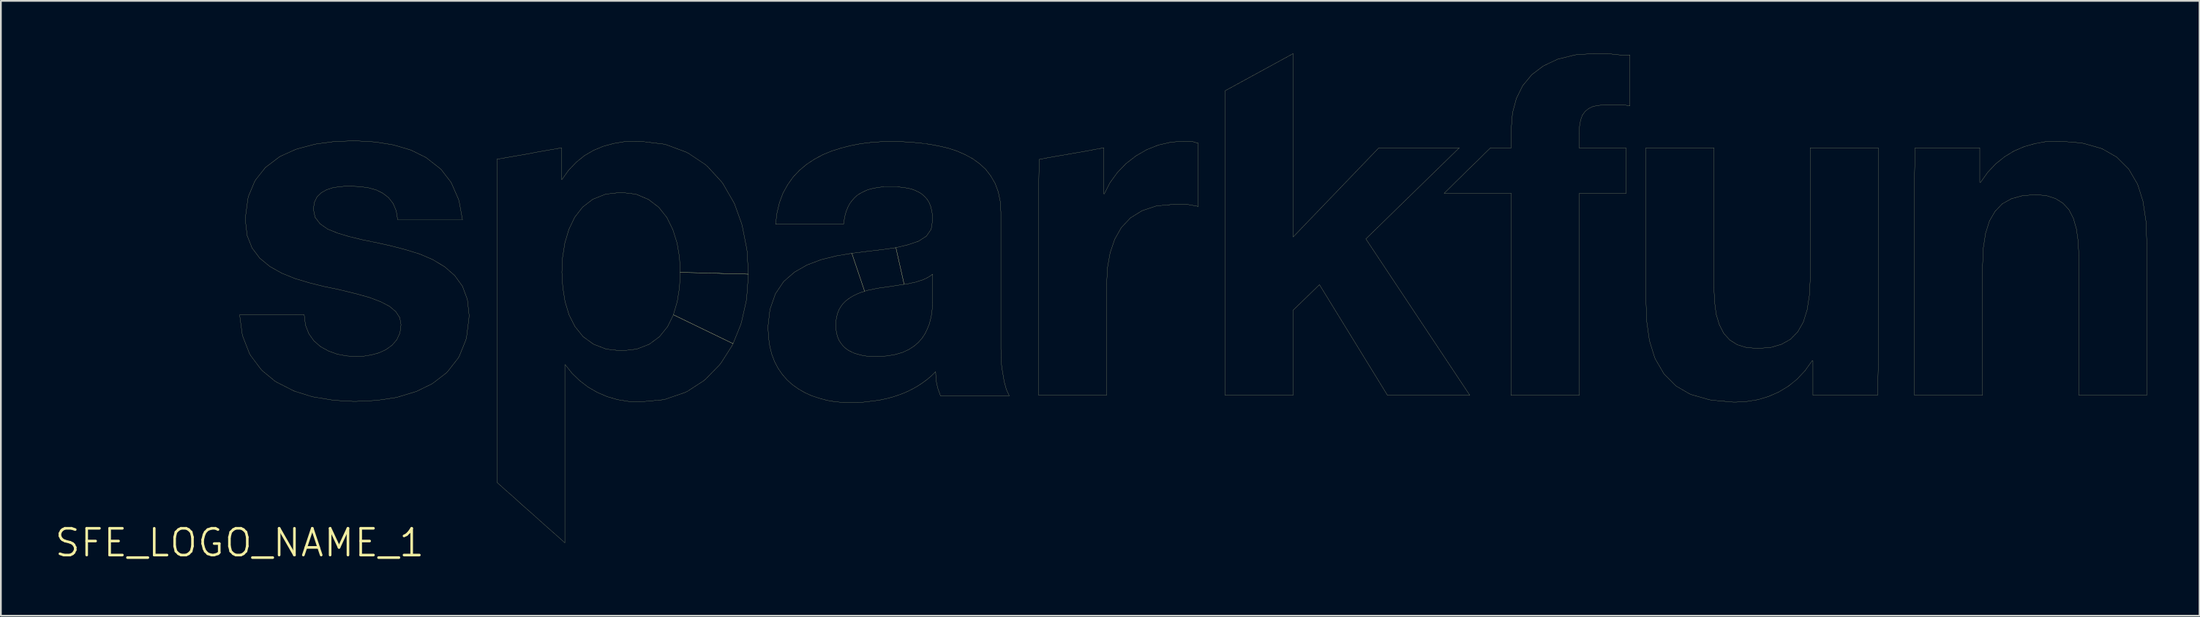
<source format=kicad_pcb>
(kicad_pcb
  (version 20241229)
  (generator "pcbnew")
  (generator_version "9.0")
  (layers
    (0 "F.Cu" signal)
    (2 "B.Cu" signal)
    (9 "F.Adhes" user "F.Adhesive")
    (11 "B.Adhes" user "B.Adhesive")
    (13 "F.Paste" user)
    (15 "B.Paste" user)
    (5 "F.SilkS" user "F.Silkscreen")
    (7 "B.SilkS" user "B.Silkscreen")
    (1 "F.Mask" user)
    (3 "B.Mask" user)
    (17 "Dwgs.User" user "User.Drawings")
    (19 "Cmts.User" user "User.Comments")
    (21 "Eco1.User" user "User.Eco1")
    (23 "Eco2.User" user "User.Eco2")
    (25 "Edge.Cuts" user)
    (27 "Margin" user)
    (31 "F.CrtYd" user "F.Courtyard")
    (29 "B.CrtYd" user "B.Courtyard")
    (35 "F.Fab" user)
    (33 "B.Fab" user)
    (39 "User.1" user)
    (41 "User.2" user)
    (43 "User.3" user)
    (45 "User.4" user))
  (footprint "SFE_LOGO_NAME_1"
    (layer "F.Cu")
    (at 10.595 27.883)
    (property "Reference" "SFE_LOGO_NAME_1" (at 0 0 0) (layer "F.SilkS") (effects (font (size 1.524 1.524) (thickness 0.15))))
    (attr exclude_from_pos_files exclude_from_bom)
    (fp_line (start 0 -12.99) (end 3.218 -12.99) (stroke (width 0.008) (type solid)) (layer "F.SilkS"))
    (fp_line (start 0.15 -11.869) (end 0 -12.99) (stroke (width 0.008) (type solid)) (layer "F.SilkS"))
    (fp_line (start 0.188 -11.74) (end 0.15 -11.869) (stroke (width 0.008) (type solid)) (layer "F.SilkS"))
    (fp_line (start 0.328 -18.539) (end 0.47 -19.599) (stroke (width 0.008) (type solid)) (layer "F.SilkS"))
    (fp_line (start 0.328 -18.369) (end 0.328 -18.539) (stroke (width 0.008) (type solid)) (layer "F.SilkS"))
    (fp_line (start 0.429 -17.508) (end 0.328 -18.369) (stroke (width 0.008) (type solid)) (layer "F.SilkS"))
    (fp_line (start 0.47 -19.599) (end 0.498 -19.738) (stroke (width 0.008) (type solid)) (layer "F.SilkS"))
    (fp_line (start 0.498 -19.738) (end 0.859 -20.599) (stroke (width 0.008) (type solid)) (layer "F.SilkS"))
    (fp_line (start 0.559 -10.79) (end 0.188 -11.74) (stroke (width 0.008) (type solid)) (layer "F.SilkS"))
    (fp_line (start 0.63 -10.668) (end 0.559 -10.79) (stroke (width 0.008) (type solid)) (layer "F.SilkS"))
    (fp_line (start 0.709 -16.8) (end 0.429 -17.508) (stroke (width 0.008) (type solid)) (layer "F.SilkS"))
    (fp_line (start 0.859 -20.599) (end 0.93 -20.709) (stroke (width 0.008) (type solid)) (layer "F.SilkS"))
    (fp_line (start 0.93 -20.709) (end 1.468 -21.389) (stroke (width 0.008) (type solid)) (layer "F.SilkS"))
    (fp_line (start 1.148 -16.218) (end 0.709 -16.8) (stroke (width 0.008) (type solid)) (layer "F.SilkS"))
    (fp_line (start 1.199 -9.909) (end 0.63 -10.668) (stroke (width 0.008) (type solid)) (layer "F.SilkS"))
    (fp_line (start 1.288 -9.809) (end 1.199 -9.909) (stroke (width 0.008) (type solid)) (layer "F.SilkS"))
    (fp_line (start 1.468 -21.389) (end 2.258 -21.989) (stroke (width 0.008) (type solid)) (layer "F.SilkS"))
    (fp_line (start 1.72 -15.748) (end 1.148 -16.218) (stroke (width 0.008) (type solid)) (layer "F.SilkS"))
    (fp_line (start 2.019 -9.207) (end 1.288 -9.809) (stroke (width 0.008) (type solid)) (layer "F.SilkS"))
    (fp_line (start 2.139 -9.139) (end 2.019 -9.207) (stroke (width 0.008) (type solid)) (layer "F.SilkS"))
    (fp_line (start 2.258 -21.989) (end 2.37 -22.05) (stroke (width 0.008) (type solid)) (layer "F.SilkS"))
    (fp_line (start 2.37 -22.05) (end 3.188 -22.418) (stroke (width 0.008) (type solid)) (layer "F.SilkS"))
    (fp_line (start 2.388 -15.37) (end 1.72 -15.748) (stroke (width 0.008) (type solid)) (layer "F.SilkS"))
    (fp_line (start 3 -8.7) (end 2.139 -9.139) (stroke (width 0.008) (type solid)) (layer "F.SilkS"))
    (fp_line (start 3.129 -8.639) (end 3 -8.7) (stroke (width 0.008) (type solid)) (layer "F.SilkS"))
    (fp_line (start 3.15 -15.06) (end 2.388 -15.37) (stroke (width 0.008) (type solid)) (layer "F.SilkS"))
    (fp_line (start 3.188 -22.418) (end 3.32 -22.459) (stroke (width 0.008) (type solid)) (layer "F.SilkS"))
    (fp_line (start 3.218 -12.99) (end 3.678 -12.99) (stroke (width 0.008) (type solid)) (layer "F.SilkS"))
    (fp_line (start 3.32 -22.459) (end 4.229 -22.7) (stroke (width 0.008) (type solid)) (layer "F.SilkS"))
    (fp_line (start 3.678 -12.99) (end 3.749 -12.408) (stroke (width 0.008) (type solid)) (layer "F.SilkS"))
    (fp_line (start 3.749 -12.408) (end 3.94 -11.918) (stroke (width 0.008) (type solid)) (layer "F.SilkS"))
    (fp_line (start 3.94 -11.918) (end 4.229 -11.509) (stroke (width 0.008) (type solid)) (layer "F.SilkS"))
    (fp_line (start 3.96 -14.818) (end 3.15 -15.06) (stroke (width 0.008) (type solid)) (layer "F.SilkS"))
    (fp_line (start 4.089 -8.339) (end 3.129 -8.639) (stroke (width 0.008) (type solid)) (layer "F.SilkS"))
    (fp_line (start 4.199 -19.02) (end 4.298 -18.55) (stroke (width 0.008) (type solid)) (layer "F.SilkS"))
    (fp_line (start 4.229 -22.7) (end 4.359 -22.728) (stroke (width 0.008) (type solid)) (layer "F.SilkS"))
    (fp_line (start 4.229 -11.509) (end 4.608 -11.179) (stroke (width 0.008) (type solid)) (layer "F.SilkS"))
    (fp_line (start 4.229 -8.308) (end 4.089 -8.339) (stroke (width 0.008) (type solid)) (layer "F.SilkS"))
    (fp_line (start 4.26 -19.408) (end 4.199 -19.02) (stroke (width 0.008) (type solid)) (layer "F.SilkS"))
    (fp_line (start 4.298 -18.55) (end 4.58 -18.179) (stroke (width 0.008) (type solid)) (layer "F.SilkS"))
    (fp_line (start 4.359 -22.728) (end 5.329 -22.86) (stroke (width 0.008) (type solid)) (layer "F.SilkS"))
    (fp_line (start 4.409 -19.718) (end 4.26 -19.408) (stroke (width 0.008) (type solid)) (layer "F.SilkS"))
    (fp_line (start 4.58 -18.179) (end 5.009 -17.879) (stroke (width 0.008) (type solid)) (layer "F.SilkS"))
    (fp_line (start 4.608 -11.179) (end 5.06 -10.93) (stroke (width 0.008) (type solid)) (layer "F.SilkS"))
    (fp_line (start 4.648 -19.949) (end 4.409 -19.718) (stroke (width 0.008) (type solid)) (layer "F.SilkS"))
    (fp_line (start 4.798 -14.608) (end 3.96 -14.818) (stroke (width 0.008) (type solid)) (layer "F.SilkS"))
    (fp_line (start 4.948 -20.119) (end 4.648 -19.949) (stroke (width 0.008) (type solid)) (layer "F.SilkS"))
    (fp_line (start 5.009 -17.879) (end 5.578 -17.648) (stroke (width 0.008) (type solid)) (layer "F.SilkS"))
    (fp_line (start 5.06 -10.93) (end 5.558 -10.749) (stroke (width 0.008) (type solid)) (layer "F.SilkS"))
    (fp_line (start 5.258 -8.138) (end 4.229 -8.308) (stroke (width 0.008) (type solid)) (layer "F.SilkS"))
    (fp_line (start 5.288 -20.229) (end 4.948 -20.119) (stroke (width 0.008) (type solid)) (layer "F.SilkS"))
    (fp_line (start 5.329 -22.86) (end 5.469 -22.868) (stroke (width 0.008) (type solid)) (layer "F.SilkS"))
    (fp_line (start 5.408 -8.118) (end 5.258 -8.138) (stroke (width 0.008) (type solid)) (layer "F.SilkS"))
    (fp_line (start 5.469 -22.868) (end 6.459 -22.908) (stroke (width 0.008) (type solid)) (layer "F.SilkS"))
    (fp_line (start 5.558 -10.749) (end 6.099 -10.648) (stroke (width 0.008) (type solid)) (layer "F.SilkS"))
    (fp_line (start 5.578 -17.648) (end 6.238 -17.45) (stroke (width 0.008) (type solid)) (layer "F.SilkS"))
    (fp_line (start 5.649 -20.29) (end 5.288 -20.229) (stroke (width 0.008) (type solid)) (layer "F.SilkS"))
    (fp_line (start 5.659 -14.43) (end 4.798 -14.608) (stroke (width 0.008) (type solid)) (layer "F.SilkS"))
    (fp_line (start 5.779 -14.399) (end 5.659 -14.43) (stroke (width 0.008) (type solid)) (layer "F.SilkS"))
    (fp_line (start 6.01 -20.32) (end 5.649 -20.29) (stroke (width 0.008) (type solid)) (layer "F.SilkS"))
    (fp_line (start 6.099 -10.648) (end 6.66 -10.62) (stroke (width 0.008) (type solid)) (layer "F.SilkS"))
    (fp_line (start 6.238 -17.45) (end 6.988 -17.269) (stroke (width 0.008) (type solid)) (layer "F.SilkS"))
    (fp_line (start 6.358 -20.32) (end 6.01 -20.32) (stroke (width 0.008) (type solid)) (layer "F.SilkS"))
    (fp_line (start 6.459 -22.908) (end 6.609 -22.908) (stroke (width 0.008) (type solid)) (layer "F.SilkS"))
    (fp_line (start 6.469 -8.059) (end 5.408 -8.118) (stroke (width 0.008) (type solid)) (layer "F.SilkS"))
    (fp_line (start 6.609 -22.908) (end 7.6 -22.85) (stroke (width 0.008) (type solid)) (layer "F.SilkS"))
    (fp_line (start 6.629 -8.059) (end 6.469 -8.059) (stroke (width 0.008) (type solid)) (layer "F.SilkS"))
    (fp_line (start 6.65 -14.188) (end 5.779 -14.399) (stroke (width 0.008) (type solid)) (layer "F.SilkS"))
    (fp_line (start 6.66 -10.62) (end 7.079 -10.638) (stroke (width 0.008) (type solid)) (layer "F.SilkS"))
    (fp_line (start 6.858 -20.3) (end 6.358 -20.32) (stroke (width 0.008) (type solid)) (layer "F.SilkS"))
    (fp_line (start 6.988 -17.269) (end 7.777 -17.109) (stroke (width 0.008) (type solid)) (layer "F.SilkS"))
    (fp_line (start 7.079 -10.638) (end 7.508 -10.709) (stroke (width 0.008) (type solid)) (layer "F.SilkS"))
    (fp_line (start 7.338 -20.229) (end 6.858 -20.3) (stroke (width 0.008) (type solid)) (layer "F.SilkS"))
    (fp_line (start 7.399 -13.978) (end 6.65 -14.188) (stroke (width 0.008) (type solid)) (layer "F.SilkS"))
    (fp_line (start 7.508 -10.709) (end 7.938 -10.828) (stroke (width 0.008) (type solid)) (layer "F.SilkS"))
    (fp_line (start 7.6 -22.85) (end 7.739 -22.84) (stroke (width 0.008) (type solid)) (layer "F.SilkS"))
    (fp_line (start 7.668 -8.108) (end 6.629 -8.059) (stroke (width 0.008) (type solid)) (layer "F.SilkS"))
    (fp_line (start 7.739 -22.84) (end 8.679 -22.69) (stroke (width 0.008) (type solid)) (layer "F.SilkS"))
    (fp_line (start 7.777 -20.109) (end 7.338 -20.229) (stroke (width 0.008) (type solid)) (layer "F.SilkS"))
    (fp_line (start 7.777 -17.109) (end 8.588 -16.929) (stroke (width 0.008) (type solid)) (layer "F.SilkS"))
    (fp_line (start 7.818 -8.118) (end 7.668 -8.108) (stroke (width 0.008) (type solid)) (layer "F.SilkS"))
    (fp_line (start 7.938 -10.828) (end 8.329 -11.008) (stroke (width 0.008) (type solid)) (layer "F.SilkS"))
    (fp_line (start 8.029 -13.739) (end 7.399 -13.978) (stroke (width 0.008) (type solid)) (layer "F.SilkS"))
    (fp_line (start 8.158 -19.919) (end 7.777 -20.109) (stroke (width 0.008) (type solid)) (layer "F.SilkS"))
    (fp_line (start 8.329 -11.008) (end 8.679 -11.26) (stroke (width 0.008) (type solid)) (layer "F.SilkS"))
    (fp_line (start 8.479 -19.67) (end 8.158 -19.919) (stroke (width 0.008) (type solid)) (layer "F.SilkS"))
    (fp_line (start 8.529 -13.48) (end 8.029 -13.739) (stroke (width 0.008) (type solid)) (layer "F.SilkS"))
    (fp_line (start 8.588 -16.929) (end 9.439 -16.708) (stroke (width 0.008) (type solid)) (layer "F.SilkS"))
    (fp_line (start 8.679 -22.69) (end 8.809 -22.659) (stroke (width 0.008) (type solid)) (layer "F.SilkS"))
    (fp_line (start 8.679 -11.26) (end 8.948 -11.57) (stroke (width 0.008) (type solid)) (layer "F.SilkS"))
    (fp_line (start 8.738 -19.34) (end 8.479 -19.67) (stroke (width 0.008) (type solid)) (layer "F.SilkS"))
    (fp_line (start 8.809 -22.659) (end 9.698 -22.398) (stroke (width 0.008) (type solid)) (layer "F.SilkS"))
    (fp_line (start 8.839 -8.268) (end 7.818 -8.118) (stroke (width 0.008) (type solid)) (layer "F.SilkS"))
    (fp_line (start 8.89 -13.178) (end 8.529 -13.48) (stroke (width 0.008) (type solid)) (layer "F.SilkS"))
    (fp_line (start 8.918 -18.918) (end 8.738 -19.34) (stroke (width 0.008) (type solid)) (layer "F.SilkS"))
    (fp_line (start 8.948 -11.57) (end 9.129 -11.958) (stroke (width 0.008) (type solid)) (layer "F.SilkS"))
    (fp_line (start 8.979 -8.298) (end 8.839 -8.268) (stroke (width 0.008) (type solid)) (layer "F.SilkS"))
    (fp_line (start 8.999 -18.41) (end 8.918 -18.918) (stroke (width 0.008) (type solid)) (layer "F.SilkS"))
    (fp_line (start 9.119 -12.83) (end 8.89 -13.178) (stroke (width 0.008) (type solid)) (layer "F.SilkS"))
    (fp_line (start 9.129 -11.958) (end 9.19 -12.428) (stroke (width 0.008) (type solid)) (layer "F.SilkS"))
    (fp_line (start 9.19 -12.428) (end 9.119 -12.83) (stroke (width 0.008) (type solid)) (layer "F.SilkS"))
    (fp_line (start 9.439 -16.708) (end 10.249 -16.459) (stroke (width 0.008) (type solid)) (layer "F.SilkS"))
    (fp_line (start 9.698 -22.398) (end 9.82 -22.349) (stroke (width 0.008) (type solid)) (layer "F.SilkS"))
    (fp_line (start 9.82 -22.349) (end 10.61 -21.958) (stroke (width 0.008) (type solid)) (layer "F.SilkS"))
    (fp_line (start 9.939 -8.588) (end 8.979 -8.298) (stroke (width 0.008) (type solid)) (layer "F.SilkS"))
    (fp_line (start 10.069 -8.628) (end 9.939 -8.588) (stroke (width 0.008) (type solid)) (layer "F.SilkS"))
    (fp_line (start 10.249 -16.459) (end 10.998 -16.139) (stroke (width 0.008) (type solid)) (layer "F.SilkS"))
    (fp_line (start 10.61 -21.958) (end 11.389 -21.349) (stroke (width 0.008) (type solid)) (layer "F.SilkS"))
    (fp_line (start 10.93 -9.047) (end 10.069 -8.628) (stroke (width 0.008) (type solid)) (layer "F.SilkS"))
    (fp_line (start 10.998 -16.139) (end 11.679 -15.728) (stroke (width 0.008) (type solid)) (layer "F.SilkS"))
    (fp_line (start 11.039 -9.119) (end 10.93 -9.047) (stroke (width 0.008) (type solid)) (layer "F.SilkS"))
    (fp_line (start 11.389 -21.349) (end 11.478 -21.27) (stroke (width 0.008) (type solid)) (layer "F.SilkS"))
    (fp_line (start 11.478 -21.27) (end 12.019 -20.569) (stroke (width 0.008) (type solid)) (layer "F.SilkS"))
    (fp_line (start 11.679 -15.728) (end 12.248 -15.23) (stroke (width 0.008) (type solid)) (layer "F.SilkS"))
    (fp_line (start 11.778 -9.688) (end 11.039 -9.119) (stroke (width 0.008) (type solid)) (layer "F.SilkS"))
    (fp_line (start 11.869 -9.789) (end 11.778 -9.688) (stroke (width 0.008) (type solid)) (layer "F.SilkS"))
    (fp_line (start 12.019 -20.569) (end 12.078 -20.46) (stroke (width 0.008) (type solid)) (layer "F.SilkS"))
    (fp_line (start 12.078 -20.46) (end 12.459 -19.588) (stroke (width 0.008) (type solid)) (layer "F.SilkS"))
    (fp_line (start 12.248 -15.23) (end 12.69 -14.618) (stroke (width 0.008) (type solid)) (layer "F.SilkS"))
    (fp_line (start 12.438 -10.518) (end 11.869 -9.789) (stroke (width 0.008) (type solid)) (layer "F.SilkS"))
    (fp_line (start 12.459 -19.588) (end 12.499 -19.459) (stroke (width 0.008) (type solid)) (layer "F.SilkS"))
    (fp_line (start 12.499 -19.459) (end 12.69 -18.41) (stroke (width 0.008) (type solid)) (layer "F.SilkS"))
    (fp_line (start 12.509 -10.638) (end 12.438 -10.518) (stroke (width 0.008) (type solid)) (layer "F.SilkS"))
    (fp_line (start 12.69 -18.41) (end 8.999 -18.41) (stroke (width 0.008) (type solid)) (layer "F.SilkS"))
    (fp_line (start 12.69 -14.618) (end 12.969 -13.868) (stroke (width 0.008) (type solid)) (layer "F.SilkS"))
    (fp_line (start 12.878 -11.549) (end 12.509 -10.638) (stroke (width 0.008) (type solid)) (layer "F.SilkS"))
    (fp_line (start 12.918 -11.689) (end 12.878 -11.549) (stroke (width 0.008) (type solid)) (layer "F.SilkS"))
    (fp_line (start 12.969 -13.868) (end 13.068 -12.969) (stroke (width 0.008) (type solid)) (layer "F.SilkS"))
    (fp_line (start 13.058 -12.799) (end 12.918 -11.689) (stroke (width 0.008) (type solid)) (layer "F.SilkS"))
    (fp_line (start 13.068 -12.969) (end 13.058 -12.799) (stroke (width 0.008) (type solid)) (layer "F.SilkS"))
    (fp_line (start 14.648 -21.859) (end 15.108 -21.938) (stroke (width 0.008) (type solid)) (layer "F.SilkS"))
    (fp_line (start 14.648 -3.449) (end 14.648 -21.859) (stroke (width 0.008) (type solid)) (layer "F.SilkS"))
    (fp_line (start 15.108 -21.938) (end 15.568 -22.019) (stroke (width 0.008) (type solid)) (layer "F.SilkS"))
    (fp_line (start 15.128 -3.018) (end 14.648 -3.449) (stroke (width 0.008) (type solid)) (layer "F.SilkS"))
    (fp_line (start 15.568 -22.019) (end 16.03 -22.098) (stroke (width 0.008) (type solid)) (layer "F.SilkS"))
    (fp_line (start 15.618 -2.588) (end 15.128 -3.018) (stroke (width 0.008) (type solid)) (layer "F.SilkS"))
    (fp_line (start 16.03 -22.098) (end 16.49 -22.179) (stroke (width 0.008) (type solid)) (layer "F.SilkS"))
    (fp_line (start 16.099 -2.149) (end 15.618 -2.588) (stroke (width 0.008) (type solid)) (layer "F.SilkS"))
    (fp_line (start 16.49 -22.179) (end 16.949 -22.268) (stroke (width 0.008) (type solid)) (layer "F.SilkS"))
    (fp_line (start 16.589 -1.72) (end 16.099 -2.149) (stroke (width 0.008) (type solid)) (layer "F.SilkS"))
    (fp_line (start 16.949 -22.268) (end 17.409 -22.349) (stroke (width 0.008) (type solid)) (layer "F.SilkS"))
    (fp_line (start 17.069 -1.288) (end 16.589 -1.72) (stroke (width 0.008) (type solid)) (layer "F.SilkS"))
    (fp_line (start 17.409 -22.349) (end 17.869 -22.428) (stroke (width 0.008) (type solid)) (layer "F.SilkS"))
    (fp_line (start 17.549 -0.859) (end 17.069 -1.288) (stroke (width 0.008) (type solid)) (layer "F.SilkS"))
    (fp_line (start 17.869 -22.428) (end 18.329 -22.509) (stroke (width 0.008) (type solid)) (layer "F.SilkS"))
    (fp_line (start 18.039 -0.429) (end 17.549 -0.859) (stroke (width 0.008) (type solid)) (layer "F.SilkS"))
    (fp_line (start 18.329 -22.509) (end 18.329 -20.709) (stroke (width 0.008) (type solid)) (layer "F.SilkS"))
    (fp_line (start 18.329 -20.709) (end 18.359 -20.709) (stroke (width 0.008) (type solid)) (layer "F.SilkS"))
    (fp_line (start 18.349 -15.418) (end 18.4 -14.569) (stroke (width 0.008) (type solid)) (layer "F.SilkS"))
    (fp_line (start 18.359 -20.709) (end 18.738 -21.239) (stroke (width 0.008) (type solid)) (layer "F.SilkS"))
    (fp_line (start 18.39 -16.269) (end 18.349 -15.418) (stroke (width 0.008) (type solid)) (layer "F.SilkS"))
    (fp_line (start 18.4 -14.569) (end 18.529 -13.749) (stroke (width 0.008) (type solid)) (layer "F.SilkS"))
    (fp_line (start 18.519 -17.089) (end 18.39 -16.269) (stroke (width 0.008) (type solid)) (layer "F.SilkS"))
    (fp_line (start 18.519 -10.15) (end 18.519 0) (stroke (width 0.008) (type solid)) (layer "F.SilkS"))
    (fp_line (start 18.519 0) (end 18.039 -0.429) (stroke (width 0.008) (type solid)) (layer "F.SilkS"))
    (fp_line (start 18.529 -13.749) (end 18.758 -12.99) (stroke (width 0.008) (type solid)) (layer "F.SilkS"))
    (fp_line (start 18.539 -10.15) (end 18.519 -10.15) (stroke (width 0.008) (type solid)) (layer "F.SilkS"))
    (fp_line (start 18.738 -21.239) (end 19.169 -21.689) (stroke (width 0.008) (type solid)) (layer "F.SilkS"))
    (fp_line (start 18.748 -17.859) (end 18.519 -17.089) (stroke (width 0.008) (type solid)) (layer "F.SilkS"))
    (fp_line (start 18.758 -12.99) (end 19.098 -12.319) (stroke (width 0.008) (type solid)) (layer "F.SilkS"))
    (fp_line (start 18.928 -9.66) (end 18.539 -10.15) (stroke (width 0.008) (type solid)) (layer "F.SilkS"))
    (fp_line (start 19.078 -18.55) (end 18.748 -17.859) (stroke (width 0.008) (type solid)) (layer "F.SilkS"))
    (fp_line (start 19.098 -12.319) (end 19.558 -11.748) (stroke (width 0.008) (type solid)) (layer "F.SilkS"))
    (fp_line (start 19.169 -21.689) (end 19.639 -22.068) (stroke (width 0.008) (type solid)) (layer "F.SilkS"))
    (fp_line (start 19.367 -9.238) (end 18.928 -9.66) (stroke (width 0.008) (type solid)) (layer "F.SilkS"))
    (fp_line (start 19.528 -19.129) (end 19.078 -18.55) (stroke (width 0.008) (type solid)) (layer "F.SilkS"))
    (fp_line (start 19.558 -11.748) (end 20.15 -11.318) (stroke (width 0.008) (type solid)) (layer "F.SilkS"))
    (fp_line (start 19.639 -22.068) (end 20.16 -22.37) (stroke (width 0.008) (type solid)) (layer "F.SilkS"))
    (fp_line (start 19.848 -8.87) (end 19.367 -9.238) (stroke (width 0.008) (type solid)) (layer "F.SilkS"))
    (fp_line (start 20.109 -19.578) (end 19.528 -19.129) (stroke (width 0.008) (type solid)) (layer "F.SilkS"))
    (fp_line (start 20.15 -11.318) (end 20.869 -11.039) (stroke (width 0.008) (type solid)) (layer "F.SilkS"))
    (fp_line (start 20.16 -22.37) (end 20.709 -22.598) (stroke (width 0.008) (type solid)) (layer "F.SilkS"))
    (fp_line (start 20.368 -8.57) (end 19.848 -8.87) (stroke (width 0.008) (type solid)) (layer "F.SilkS"))
    (fp_line (start 20.709 -22.598) (end 21.298 -22.758) (stroke (width 0.008) (type solid)) (layer "F.SilkS"))
    (fp_line (start 20.838 -19.868) (end 20.109 -19.578) (stroke (width 0.008) (type solid)) (layer "F.SilkS"))
    (fp_line (start 20.869 -11.039) (end 21.74 -10.94) (stroke (width 0.008) (type solid)) (layer "F.SilkS"))
    (fp_line (start 20.93 -8.329) (end 20.368 -8.57) (stroke (width 0.008) (type solid)) (layer "F.SilkS"))
    (fp_line (start 21.298 -22.758) (end 21.907 -22.86) (stroke (width 0.008) (type solid)) (layer "F.SilkS"))
    (fp_line (start 21.519 -8.158) (end 20.93 -8.329) (stroke (width 0.008) (type solid)) (layer "F.SilkS"))
    (fp_line (start 21.709 -19.969) (end 20.838 -19.868) (stroke (width 0.008) (type solid)) (layer "F.SilkS"))
    (fp_line (start 21.74 -10.94) (end 22.609 -11.039) (stroke (width 0.008) (type solid)) (layer "F.SilkS"))
    (fp_line (start 21.907 -22.86) (end 22.558 -22.888) (stroke (width 0.008) (type solid)) (layer "F.SilkS"))
    (fp_line (start 22.139 -8.059) (end 21.519 -8.158) (stroke (width 0.008) (type solid)) (layer "F.SilkS"))
    (fp_line (start 22.558 -22.888) (end 22.758 -22.888) (stroke (width 0.008) (type solid)) (layer "F.SilkS"))
    (fp_line (start 22.568 -19.868) (end 21.709 -19.969) (stroke (width 0.008) (type solid)) (layer "F.SilkS"))
    (fp_line (start 22.609 -11.039) (end 23.33 -11.318) (stroke (width 0.008) (type solid)) (layer "F.SilkS"))
    (fp_line (start 22.758 -22.888) (end 24.1 -22.728) (stroke (width 0.008) (type solid)) (layer "F.SilkS"))
    (fp_line (start 22.769 -8.029) (end 22.139 -8.059) (stroke (width 0.008) (type solid)) (layer "F.SilkS"))
    (fp_line (start 23.279 -19.568) (end 22.568 -19.868) (stroke (width 0.008) (type solid)) (layer "F.SilkS"))
    (fp_line (start 23.33 -11.318) (end 23.909 -11.748) (stroke (width 0.008) (type solid)) (layer "F.SilkS"))
    (fp_line (start 23.868 -19.119) (end 23.279 -19.568) (stroke (width 0.008) (type solid)) (layer "F.SilkS"))
    (fp_line (start 23.909 -11.748) (end 24.369 -12.319) (stroke (width 0.008) (type solid)) (layer "F.SilkS"))
    (fp_line (start 24.059 -8.148) (end 22.769 -8.029) (stroke (width 0.008) (type solid)) (layer "F.SilkS"))
    (fp_line (start 24.1 -22.728) (end 24.28 -22.69) (stroke (width 0.008) (type solid)) (layer "F.SilkS"))
    (fp_line (start 24.229 -8.179) (end 24.059 -8.148) (stroke (width 0.008) (type solid)) (layer "F.SilkS"))
    (fp_line (start 24.28 -22.69) (end 25.418 -22.268) (stroke (width 0.008) (type solid)) (layer "F.SilkS"))
    (fp_line (start 24.328 -18.539) (end 23.868 -19.119) (stroke (width 0.008) (type solid)) (layer "F.SilkS"))
    (fp_line (start 24.369 -12.319) (end 24.699 -12.99) (stroke (width 0.008) (type solid)) (layer "F.SilkS"))
    (fp_line (start 24.668 -17.849) (end 24.328 -18.539) (stroke (width 0.008) (type solid)) (layer "F.SilkS"))
    (fp_line (start 24.699 -13) (end 24.92 -13.749) (stroke (width 0.008) (type solid)) (layer "F.SilkS"))
    (fp_line (start 24.699 -12.99) (end 28.097 -11.349) (stroke (width 0.008) (type solid)) (layer "F.SilkS"))
    (fp_line (start 24.91 -17.079) (end 24.668 -17.849) (stroke (width 0.008) (type solid)) (layer "F.SilkS"))
    (fp_line (start 24.92 -13.749) (end 25.049 -14.569) (stroke (width 0.008) (type solid)) (layer "F.SilkS"))
    (fp_line (start 25.049 -16.259) (end 24.91 -17.079) (stroke (width 0.008) (type solid)) (layer "F.SilkS"))
    (fp_line (start 25.049 -14.569) (end 25.088 -15.418) (stroke (width 0.008) (type solid)) (layer "F.SilkS"))
    (fp_line (start 25.088 -15.418) (end 28.959 -15.309) (stroke (width 0.008) (type solid)) (layer "F.SilkS"))
    (fp_line (start 25.088 -15.408) (end 25.049 -16.259) (stroke (width 0.008) (type solid)) (layer "F.SilkS"))
    (fp_line (start 25.339 -8.56) (end 24.229 -8.179) (stroke (width 0.008) (type solid)) (layer "F.SilkS"))
    (fp_line (start 25.418 -22.268) (end 25.568 -22.189) (stroke (width 0.008) (type solid)) (layer "F.SilkS"))
    (fp_line (start 25.489 -8.628) (end 25.339 -8.56) (stroke (width 0.008) (type solid)) (layer "F.SilkS"))
    (fp_line (start 25.568 -22.189) (end 26.528 -21.549) (stroke (width 0.008) (type solid)) (layer "F.SilkS"))
    (fp_line (start 26.429 -9.238) (end 25.489 -8.628) (stroke (width 0.008) (type solid)) (layer "F.SilkS"))
    (fp_line (start 26.528 -21.549) (end 26.65 -21.438) (stroke (width 0.008) (type solid)) (layer "F.SilkS"))
    (fp_line (start 26.548 -9.34) (end 26.429 -9.238) (stroke (width 0.008) (type solid)) (layer "F.SilkS"))
    (fp_line (start 26.65 -21.438) (end 27.419 -20.599) (stroke (width 0.008) (type solid)) (layer "F.SilkS"))
    (fp_line (start 27.318 -10.13) (end 26.548 -9.34) (stroke (width 0.008) (type solid)) (layer "F.SilkS"))
    (fp_line (start 27.419 -20.599) (end 27.518 -20.47) (stroke (width 0.008) (type solid)) (layer "F.SilkS"))
    (fp_line (start 27.419 -10.259) (end 27.318 -10.13) (stroke (width 0.008) (type solid)) (layer "F.SilkS"))
    (fp_line (start 27.518 -20.47) (end 28.097 -19.469) (stroke (width 0.008) (type solid)) (layer "F.SilkS"))
    (fp_line (start 28.019 -11.199) (end 27.419 -10.259) (stroke (width 0.008) (type solid)) (layer "F.SilkS"))
    (fp_line (start 28.097 -19.469) (end 28.179 -19.319) (stroke (width 0.008) (type solid)) (layer "F.SilkS"))
    (fp_line (start 28.097 -11.349) (end 24.699 -13) (stroke (width 0.008) (type solid)) (layer "F.SilkS"))
    (fp_line (start 28.097 -11.349) (end 28.019 -11.199) (stroke (width 0.008) (type solid)) (layer "F.SilkS"))
    (fp_line (start 28.179 -19.319) (end 28.588 -18.179) (stroke (width 0.008) (type solid)) (layer "F.SilkS"))
    (fp_line (start 28.529 -12.418) (end 28.097 -11.349) (stroke (width 0.008) (type solid)) (layer "F.SilkS"))
    (fp_line (start 28.578 -12.578) (end 28.529 -12.418) (stroke (width 0.008) (type solid)) (layer "F.SilkS"))
    (fp_line (start 28.588 -18.179) (end 28.628 -18.019) (stroke (width 0.008) (type solid)) (layer "F.SilkS"))
    (fp_line (start 28.628 -18.019) (end 28.87 -16.789) (stroke (width 0.008) (type solid)) (layer "F.SilkS"))
    (fp_line (start 28.839 -13.739) (end 28.578 -12.578) (stroke (width 0.008) (type solid)) (layer "F.SilkS"))
    (fp_line (start 28.87 -16.789) (end 28.898 -16.599) (stroke (width 0.008) (type solid)) (layer "F.SilkS"))
    (fp_line (start 28.87 -13.909) (end 28.839 -13.739) (stroke (width 0.008) (type solid)) (layer "F.SilkS"))
    (fp_line (start 28.898 -16.599) (end 28.969 -15.309) (stroke (width 0.008) (type solid)) (layer "F.SilkS"))
    (fp_line (start 28.959 -15.309) (end 28.959 -15.128) (stroke (width 0.008) (type solid)) (layer "F.SilkS"))
    (fp_line (start 28.959 -15.128) (end 28.87 -13.909) (stroke (width 0.008) (type solid)) (layer "F.SilkS"))
    (fp_line (start 28.969 -15.309) (end 25.088 -15.408) (stroke (width 0.008) (type solid)) (layer "F.SilkS"))
    (fp_line (start 30.089 -12.36) (end 30.198 -13.299) (stroke (width 0.008) (type solid)) (layer "F.SilkS"))
    (fp_line (start 30.089 -12.21) (end 30.089 -12.36) (stroke (width 0.008) (type solid)) (layer "F.SilkS"))
    (fp_line (start 30.119 -11.689) (end 30.089 -12.21) (stroke (width 0.008) (type solid)) (layer "F.SilkS"))
    (fp_line (start 30.188 -11.199) (end 30.119 -11.689) (stroke (width 0.008) (type solid)) (layer "F.SilkS"))
    (fp_line (start 30.198 -13.299) (end 30.508 -14.188) (stroke (width 0.008) (type solid)) (layer "F.SilkS"))
    (fp_line (start 30.3 -10.749) (end 30.188 -11.199) (stroke (width 0.008) (type solid)) (layer "F.SilkS"))
    (fp_line (start 30.46 -10.328) (end 30.3 -10.749) (stroke (width 0.008) (type solid)) (layer "F.SilkS"))
    (fp_line (start 30.508 -14.188) (end 30.978 -14.889) (stroke (width 0.008) (type solid)) (layer "F.SilkS"))
    (fp_line (start 30.518 -18.158) (end 30.599 -18.799) (stroke (width 0.008) (type solid)) (layer "F.SilkS"))
    (fp_line (start 30.599 -18.799) (end 30.739 -19.388) (stroke (width 0.008) (type solid)) (layer "F.SilkS"))
    (fp_line (start 30.658 -9.949) (end 30.46 -10.328) (stroke (width 0.008) (type solid)) (layer "F.SilkS"))
    (fp_line (start 30.739 -19.388) (end 30.94 -19.929) (stroke (width 0.008) (type solid)) (layer "F.SilkS"))
    (fp_line (start 30.899 -9.599) (end 30.658 -9.949) (stroke (width 0.008) (type solid)) (layer "F.SilkS"))
    (fp_line (start 30.94 -19.929) (end 31.209 -20.409) (stroke (width 0.008) (type solid)) (layer "F.SilkS"))
    (fp_line (start 30.978 -14.889) (end 31.598 -15.428) (stroke (width 0.008) (type solid)) (layer "F.SilkS"))
    (fp_line (start 31.168 -9.289) (end 30.899 -9.599) (stroke (width 0.008) (type solid)) (layer "F.SilkS"))
    (fp_line (start 31.209 -20.409) (end 31.519 -20.848) (stroke (width 0.008) (type solid)) (layer "F.SilkS"))
    (fp_line (start 31.478 -9.009) (end 31.168 -9.289) (stroke (width 0.008) (type solid)) (layer "F.SilkS"))
    (fp_line (start 31.519 -20.848) (end 31.88 -21.229) (stroke (width 0.008) (type solid)) (layer "F.SilkS"))
    (fp_line (start 31.598 -15.428) (end 32.319 -15.839) (stroke (width 0.008) (type solid)) (layer "F.SilkS"))
    (fp_line (start 31.819 -8.768) (end 31.478 -9.009) (stroke (width 0.008) (type solid)) (layer "F.SilkS"))
    (fp_line (start 31.88 -21.229) (end 32.288 -21.57) (stroke (width 0.008) (type solid)) (layer "F.SilkS"))
    (fp_line (start 32.179 -8.56) (end 31.819 -8.768) (stroke (width 0.008) (type solid)) (layer "F.SilkS"))
    (fp_line (start 32.288 -21.57) (end 32.728 -21.859) (stroke (width 0.008) (type solid)) (layer "F.SilkS"))
    (fp_line (start 32.319 -15.839) (end 33.119 -16.139) (stroke (width 0.008) (type solid)) (layer "F.SilkS"))
    (fp_line (start 32.578 -8.379) (end 32.179 -8.56) (stroke (width 0.008) (type solid)) (layer "F.SilkS"))
    (fp_line (start 32.728 -21.859) (end 33.208 -22.118) (stroke (width 0.008) (type solid)) (layer "F.SilkS"))
    (fp_line (start 33 -8.24) (end 32.578 -8.379) (stroke (width 0.008) (type solid)) (layer "F.SilkS"))
    (fp_line (start 33.119 -16.139) (end 33.978 -16.35) (stroke (width 0.008) (type solid)) (layer "F.SilkS"))
    (fp_line (start 33.208 -22.118) (end 33.718 -22.329) (stroke (width 0.008) (type solid)) (layer "F.SilkS"))
    (fp_line (start 33.439 -8.118) (end 33 -8.24) (stroke (width 0.008) (type solid)) (layer "F.SilkS"))
    (fp_line (start 33.718 -22.329) (end 34.26 -22.499) (stroke (width 0.008) (type solid)) (layer "F.SilkS"))
    (fp_line (start 33.909 -8.039) (end 33.439 -8.118) (stroke (width 0.008) (type solid)) (layer "F.SilkS"))
    (fp_line (start 33.95 -12.408) (end 33.96 -12.149) (stroke (width 0.008) (type solid)) (layer "F.SilkS"))
    (fp_line (start 33.96 -12.659) (end 33.95 -12.408) (stroke (width 0.008) (type solid)) (layer "F.SilkS"))
    (fp_line (start 33.96 -12.149) (end 33.998 -11.918) (stroke (width 0.008) (type solid)) (layer "F.SilkS"))
    (fp_line (start 33.978 -16.35) (end 34.859 -16.5) (stroke (width 0.008) (type solid)) (layer "F.SilkS"))
    (fp_line (start 33.998 -12.888) (end 33.96 -12.659) (stroke (width 0.008) (type solid)) (layer "F.SilkS"))
    (fp_line (start 33.998 -11.918) (end 34.059 -11.709) (stroke (width 0.008) (type solid)) (layer "F.SilkS"))
    (fp_line (start 34.059 -13.109) (end 33.998 -12.888) (stroke (width 0.008) (type solid)) (layer "F.SilkS"))
    (fp_line (start 34.059 -11.709) (end 34.138 -11.529) (stroke (width 0.008) (type solid)) (layer "F.SilkS"))
    (fp_line (start 34.138 -13.299) (end 34.059 -13.109) (stroke (width 0.008) (type solid)) (layer "F.SilkS"))
    (fp_line (start 34.138 -11.529) (end 34.249 -11.359) (stroke (width 0.008) (type solid)) (layer "F.SilkS"))
    (fp_line (start 34.239 -13.47) (end 34.138 -13.299) (stroke (width 0.008) (type solid)) (layer "F.SilkS"))
    (fp_line (start 34.249 -11.359) (end 34.369 -11.209) (stroke (width 0.008) (type solid)) (layer "F.SilkS"))
    (fp_line (start 34.26 -22.499) (end 34.808 -22.639) (stroke (width 0.008) (type solid)) (layer "F.SilkS"))
    (fp_line (start 34.359 -13.63) (end 34.239 -13.47) (stroke (width 0.008) (type solid)) (layer "F.SilkS"))
    (fp_line (start 34.369 -11.209) (end 34.508 -11.079) (stroke (width 0.008) (type solid)) (layer "F.SilkS"))
    (fp_line (start 34.389 -18.158) (end 30.518 -18.158) (stroke (width 0.008) (type solid)) (layer "F.SilkS"))
    (fp_line (start 34.389 -7.998) (end 33.909 -8.039) (stroke (width 0.008) (type solid)) (layer "F.SilkS"))
    (fp_line (start 34.43 -18.428) (end 34.389 -18.158) (stroke (width 0.008) (type solid)) (layer "F.SilkS"))
    (fp_line (start 34.478 -18.679) (end 34.43 -18.428) (stroke (width 0.008) (type solid)) (layer "F.SilkS"))
    (fp_line (start 34.498 -13.769) (end 34.359 -13.63) (stroke (width 0.008) (type solid)) (layer "F.SilkS"))
    (fp_line (start 34.508 -11.079) (end 34.668 -10.968) (stroke (width 0.008) (type solid)) (layer "F.SilkS"))
    (fp_line (start 34.549 -18.918) (end 34.478 -18.679) (stroke (width 0.008) (type solid)) (layer "F.SilkS"))
    (fp_line (start 34.638 -19.129) (end 34.549 -18.918) (stroke (width 0.008) (type solid)) (layer "F.SilkS"))
    (fp_line (start 34.648 -13.889) (end 34.498 -13.769) (stroke (width 0.008) (type solid)) (layer "F.SilkS"))
    (fp_line (start 34.668 -10.968) (end 34.839 -10.879) (stroke (width 0.008) (type solid)) (layer "F.SilkS"))
    (fp_line (start 34.74 -19.329) (end 34.638 -19.129) (stroke (width 0.008) (type solid)) (layer "F.SilkS"))
    (fp_line (start 34.808 -22.639) (end 35.38 -22.748) (stroke (width 0.008) (type solid)) (layer "F.SilkS"))
    (fp_line (start 34.808 -13.998) (end 34.648 -13.889) (stroke (width 0.008) (type solid)) (layer "F.SilkS"))
    (fp_line (start 34.839 -10.879) (end 35.019 -10.798) (stroke (width 0.008) (type solid)) (layer "F.SilkS"))
    (fp_line (start 34.859 -16.5) (end 35.588 -14.328) (stroke (width 0.008) (type solid)) (layer "F.SilkS"))
    (fp_line (start 34.859 -16.5) (end 35.738 -16.609) (stroke (width 0.008) (type solid)) (layer "F.SilkS"))
    (fp_line (start 34.869 -19.5) (end 34.74 -19.329) (stroke (width 0.008) (type solid)) (layer "F.SilkS"))
    (fp_line (start 34.989 -14.1) (end 34.808 -13.998) (stroke (width 0.008) (type solid)) (layer "F.SilkS"))
    (fp_line (start 35.009 -19.66) (end 34.869 -19.5) (stroke (width 0.008) (type solid)) (layer "F.SilkS"))
    (fp_line (start 35.019 -10.798) (end 35.22 -10.739) (stroke (width 0.008) (type solid)) (layer "F.SilkS"))
    (fp_line (start 35.159 -19.799) (end 35.009 -19.66) (stroke (width 0.008) (type solid)) (layer "F.SilkS"))
    (fp_line (start 35.179 -14.188) (end 34.989 -14.1) (stroke (width 0.008) (type solid)) (layer "F.SilkS"))
    (fp_line (start 35.22 -10.739) (end 35.418 -10.688) (stroke (width 0.008) (type solid)) (layer "F.SilkS"))
    (fp_line (start 35.22 -7.998) (end 34.389 -7.998) (stroke (width 0.008) (type solid)) (layer "F.SilkS"))
    (fp_line (start 35.329 -19.909) (end 35.159 -19.799) (stroke (width 0.008) (type solid)) (layer "F.SilkS"))
    (fp_line (start 35.38 -22.748) (end 35.969 -22.819) (stroke (width 0.008) (type solid)) (layer "F.SilkS"))
    (fp_line (start 35.38 -14.27) (end 35.179 -14.188) (stroke (width 0.008) (type solid)) (layer "F.SilkS"))
    (fp_line (start 35.418 -10.688) (end 35.639 -10.648) (stroke (width 0.008) (type solid)) (layer "F.SilkS"))
    (fp_line (start 35.519 -20.008) (end 35.329 -19.909) (stroke (width 0.008) (type solid)) (layer "F.SilkS"))
    (fp_line (start 35.54 -8.019) (end 35.22 -7.998) (stroke (width 0.008) (type solid)) (layer "F.SilkS"))
    (fp_line (start 35.588 -14.338) (end 34.859 -16.5) (stroke (width 0.008) (type solid)) (layer "F.SilkS"))
    (fp_line (start 35.588 -14.328) (end 35.38 -14.27) (stroke (width 0.008) (type solid)) (layer "F.SilkS"))
    (fp_line (start 35.639 -10.648) (end 35.86 -10.62) (stroke (width 0.008) (type solid)) (layer "F.SilkS"))
    (fp_line (start 35.717 -20.099) (end 35.519 -20.008) (stroke (width 0.008) (type solid)) (layer "F.SilkS"))
    (fp_line (start 35.738 -16.609) (end 36.579 -16.708) (stroke (width 0.008) (type solid)) (layer "F.SilkS"))
    (fp_line (start 35.799 -14.399) (end 35.588 -14.338) (stroke (width 0.008) (type solid)) (layer "F.SilkS"))
    (fp_line (start 35.86 -10.62) (end 36.33 -10.62) (stroke (width 0.008) (type solid)) (layer "F.SilkS"))
    (fp_line (start 35.87 -8.059) (end 35.54 -8.019) (stroke (width 0.008) (type solid)) (layer "F.SilkS"))
    (fp_line (start 35.938 -20.168) (end 35.717 -20.099) (stroke (width 0.008) (type solid)) (layer "F.SilkS"))
    (fp_line (start 35.969 -22.819) (end 36.558 -22.86) (stroke (width 0.008) (type solid)) (layer "F.SilkS"))
    (fp_line (start 36.02 -14.44) (end 35.799 -14.399) (stroke (width 0.008) (type solid)) (layer "F.SilkS"))
    (fp_line (start 36.17 -20.218) (end 35.938 -20.168) (stroke (width 0.008) (type solid)) (layer "F.SilkS"))
    (fp_line (start 36.198 -8.098) (end 35.87 -8.059) (stroke (width 0.008) (type solid)) (layer "F.SilkS"))
    (fp_line (start 36.238 -14.488) (end 36.02 -14.44) (stroke (width 0.008) (type solid)) (layer "F.SilkS"))
    (fp_line (start 36.33 -10.62) (end 36.858 -10.648) (stroke (width 0.008) (type solid)) (layer "F.SilkS"))
    (fp_line (start 36.419 -20.259) (end 36.17 -20.218) (stroke (width 0.008) (type solid)) (layer "F.SilkS"))
    (fp_line (start 36.469 -14.529) (end 36.238 -14.488) (stroke (width 0.008) (type solid)) (layer "F.SilkS"))
    (fp_line (start 36.518 -8.148) (end 36.198 -8.098) (stroke (width 0.008) (type solid)) (layer "F.SilkS"))
    (fp_line (start 36.558 -22.86) (end 37.689 -22.86) (stroke (width 0.008) (type solid)) (layer "F.SilkS"))
    (fp_line (start 36.579 -16.708) (end 37.368 -16.82) (stroke (width 0.008) (type solid)) (layer "F.SilkS"))
    (fp_line (start 36.678 -20.29) (end 36.419 -20.259) (stroke (width 0.008) (type solid)) (layer "F.SilkS"))
    (fp_line (start 36.698 -14.559) (end 36.469 -14.529) (stroke (width 0.008) (type solid)) (layer "F.SilkS"))
    (fp_line (start 36.838 -8.219) (end 36.518 -8.148) (stroke (width 0.008) (type solid)) (layer "F.SilkS"))
    (fp_line (start 36.858 -10.648) (end 37.328 -10.729) (stroke (width 0.008) (type solid)) (layer "F.SilkS"))
    (fp_line (start 36.929 -14.59) (end 36.698 -14.559) (stroke (width 0.008) (type solid)) (layer "F.SilkS"))
    (fp_line (start 37.148 -8.298) (end 36.838 -8.219) (stroke (width 0.008) (type solid)) (layer "F.SilkS"))
    (fp_line (start 37.158 -14.628) (end 36.929 -14.59) (stroke (width 0.008) (type solid)) (layer "F.SilkS"))
    (fp_line (start 37.328 -10.729) (end 37.739 -10.848) (stroke (width 0.008) (type solid)) (layer "F.SilkS"))
    (fp_line (start 37.368 -16.82) (end 37.838 -14.729) (stroke (width 0.008) (type solid)) (layer "F.SilkS"))
    (fp_line (start 37.368 -16.82) (end 38.07 -16.988) (stroke (width 0.008) (type solid)) (layer "F.SilkS"))
    (fp_line (start 37.389 -14.658) (end 37.158 -14.628) (stroke (width 0.008) (type solid)) (layer "F.SilkS"))
    (fp_line (start 37.46 -20.29) (end 36.678 -20.29) (stroke (width 0.008) (type solid)) (layer "F.SilkS"))
    (fp_line (start 37.46 -8.4) (end 37.148 -8.298) (stroke (width 0.008) (type solid)) (layer "F.SilkS"))
    (fp_line (start 37.62 -14.699) (end 37.389 -14.658) (stroke (width 0.008) (type solid)) (layer "F.SilkS"))
    (fp_line (start 37.689 -22.86) (end 38.23 -22.83) (stroke (width 0.008) (type solid)) (layer "F.SilkS"))
    (fp_line (start 37.689 -20.259) (end 37.46 -20.29) (stroke (width 0.008) (type solid)) (layer "F.SilkS"))
    (fp_line (start 37.739 -10.848) (end 38.09 -11.008) (stroke (width 0.008) (type solid)) (layer "F.SilkS"))
    (fp_line (start 37.76 -8.509) (end 37.46 -8.4) (stroke (width 0.008) (type solid)) (layer "F.SilkS"))
    (fp_line (start 37.838 -14.74) (end 37.368 -16.82) (stroke (width 0.008) (type solid)) (layer "F.SilkS"))
    (fp_line (start 37.838 -14.729) (end 37.62 -14.699) (stroke (width 0.008) (type solid)) (layer "F.SilkS"))
    (fp_line (start 37.92 -20.229) (end 37.689 -20.259) (stroke (width 0.008) (type solid)) (layer "F.SilkS"))
    (fp_line (start 38.059 -14.76) (end 37.838 -14.74) (stroke (width 0.008) (type solid)) (layer "F.SilkS"))
    (fp_line (start 38.059 -8.639) (end 37.76 -8.509) (stroke (width 0.008) (type solid)) (layer "F.SilkS"))
    (fp_line (start 38.07 -16.988) (end 38.659 -17.188) (stroke (width 0.008) (type solid)) (layer "F.SilkS"))
    (fp_line (start 38.09 -11.008) (end 38.39 -11.199) (stroke (width 0.008) (type solid)) (layer "F.SilkS"))
    (fp_line (start 38.138 -20.188) (end 37.92 -20.229) (stroke (width 0.008) (type solid)) (layer "F.SilkS"))
    (fp_line (start 38.23 -22.83) (end 38.768 -22.779) (stroke (width 0.008) (type solid)) (layer "F.SilkS"))
    (fp_line (start 38.268 -14.808) (end 38.059 -14.76) (stroke (width 0.008) (type solid)) (layer "F.SilkS"))
    (fp_line (start 38.339 -8.778) (end 38.059 -8.639) (stroke (width 0.008) (type solid)) (layer "F.SilkS"))
    (fp_line (start 38.349 -20.13) (end 38.138 -20.188) (stroke (width 0.008) (type solid)) (layer "F.SilkS"))
    (fp_line (start 38.39 -11.199) (end 38.649 -11.42) (stroke (width 0.008) (type solid)) (layer "F.SilkS"))
    (fp_line (start 38.468 -14.849) (end 38.268 -14.808) (stroke (width 0.008) (type solid)) (layer "F.SilkS"))
    (fp_line (start 38.539 -20.048) (end 38.349 -20.13) (stroke (width 0.008) (type solid)) (layer "F.SilkS"))
    (fp_line (start 38.618 -8.938) (end 38.339 -8.778) (stroke (width 0.008) (type solid)) (layer "F.SilkS"))
    (fp_line (start 38.649 -11.42) (end 38.859 -11.659) (stroke (width 0.008) (type solid)) (layer "F.SilkS"))
    (fp_line (start 38.659 -17.188) (end 39.108 -17.478) (stroke (width 0.008) (type solid)) (layer "F.SilkS"))
    (fp_line (start 38.659 -14.91) (end 38.468 -14.849) (stroke (width 0.008) (type solid)) (layer "F.SilkS"))
    (fp_line (start 38.72 -19.959) (end 38.539 -20.048) (stroke (width 0.008) (type solid)) (layer "F.SilkS"))
    (fp_line (start 38.768 -22.779) (end 39.309 -22.708) (stroke (width 0.008) (type solid)) (layer "F.SilkS"))
    (fp_line (start 38.849 -14.968) (end 38.659 -14.91) (stroke (width 0.008) (type solid)) (layer "F.SilkS"))
    (fp_line (start 38.859 -11.659) (end 39.03 -11.918) (stroke (width 0.008) (type solid)) (layer "F.SilkS"))
    (fp_line (start 38.88 -19.848) (end 38.72 -19.959) (stroke (width 0.008) (type solid)) (layer "F.SilkS"))
    (fp_line (start 38.89 -9.119) (end 38.618 -8.938) (stroke (width 0.008) (type solid)) (layer "F.SilkS"))
    (fp_line (start 39.019 -15.039) (end 38.849 -14.968) (stroke (width 0.008) (type solid)) (layer "F.SilkS"))
    (fp_line (start 39.03 -19.708) (end 38.88 -19.848) (stroke (width 0.008) (type solid)) (layer "F.SilkS"))
    (fp_line (start 39.03 -11.918) (end 39.159 -12.189) (stroke (width 0.008) (type solid)) (layer "F.SilkS"))
    (fp_line (start 39.108 -17.478) (end 39.378 -17.869) (stroke (width 0.008) (type solid)) (layer "F.SilkS"))
    (fp_line (start 39.149 -9.309) (end 38.89 -9.119) (stroke (width 0.008) (type solid)) (layer "F.SilkS"))
    (fp_line (start 39.159 -19.558) (end 39.03 -19.708) (stroke (width 0.008) (type solid)) (layer "F.SilkS"))
    (fp_line (start 39.159 -12.189) (end 39.268 -12.459) (stroke (width 0.008) (type solid)) (layer "F.SilkS"))
    (fp_line (start 39.179 -15.118) (end 39.019 -15.039) (stroke (width 0.008) (type solid)) (layer "F.SilkS"))
    (fp_line (start 39.268 -19.378) (end 39.159 -19.558) (stroke (width 0.008) (type solid)) (layer "F.SilkS"))
    (fp_line (start 39.268 -12.459) (end 39.34 -12.728) (stroke (width 0.008) (type solid)) (layer "F.SilkS"))
    (fp_line (start 39.309 -22.708) (end 39.83 -22.609) (stroke (width 0.008) (type solid)) (layer "F.SilkS"))
    (fp_line (start 39.329 -15.21) (end 39.179 -15.118) (stroke (width 0.008) (type solid)) (layer "F.SilkS"))
    (fp_line (start 39.34 -12.728) (end 39.398 -13) (stroke (width 0.008) (type solid)) (layer "F.SilkS"))
    (fp_line (start 39.35 -19.169) (end 39.268 -19.378) (stroke (width 0.008) (type solid)) (layer "F.SilkS"))
    (fp_line (start 39.378 -17.869) (end 39.459 -18.39) (stroke (width 0.008) (type solid)) (layer "F.SilkS"))
    (fp_line (start 39.398 -13) (end 39.428 -13.249) (stroke (width 0.008) (type solid)) (layer "F.SilkS"))
    (fp_line (start 39.398 -9.52) (end 39.149 -9.309) (stroke (width 0.008) (type solid)) (layer "F.SilkS"))
    (fp_line (start 39.408 -18.938) (end 39.35 -19.169) (stroke (width 0.008) (type solid)) (layer "F.SilkS"))
    (fp_line (start 39.428 -13.249) (end 39.449 -13.48) (stroke (width 0.008) (type solid)) (layer "F.SilkS"))
    (fp_line (start 39.449 -18.679) (end 39.408 -18.938) (stroke (width 0.008) (type solid)) (layer "F.SilkS"))
    (fp_line (start 39.449 -13.48) (end 39.459 -13.688) (stroke (width 0.008) (type solid)) (layer "F.SilkS"))
    (fp_line (start 39.459 -18.39) (end 39.449 -18.679) (stroke (width 0.008) (type solid)) (layer "F.SilkS"))
    (fp_line (start 39.459 -15.309) (end 39.329 -15.21) (stroke (width 0.008) (type solid)) (layer "F.SilkS"))
    (fp_line (start 39.459 -13.688) (end 39.459 -15.309) (stroke (width 0.008) (type solid)) (layer "F.SilkS"))
    (fp_line (start 39.629 -9.749) (end 39.398 -9.52) (stroke (width 0.008) (type solid)) (layer "F.SilkS"))
    (fp_line (start 39.639 -9.66) (end 39.629 -9.749) (stroke (width 0.008) (type solid)) (layer "F.SilkS"))
    (fp_line (start 39.639 -9.578) (end 39.639 -9.66) (stroke (width 0.008) (type solid)) (layer "F.SilkS"))
    (fp_line (start 39.649 -9.489) (end 39.639 -9.578) (stroke (width 0.008) (type solid)) (layer "F.SilkS"))
    (fp_line (start 39.649 -9.398) (end 39.649 -9.489) (stroke (width 0.008) (type solid)) (layer "F.SilkS"))
    (fp_line (start 39.66 -9.319) (end 39.649 -9.398) (stroke (width 0.008) (type solid)) (layer "F.SilkS"))
    (fp_line (start 39.67 -9.228) (end 39.66 -9.319) (stroke (width 0.008) (type solid)) (layer "F.SilkS"))
    (fp_line (start 39.68 -9.139) (end 39.67 -9.228) (stroke (width 0.008) (type solid)) (layer "F.SilkS"))
    (fp_line (start 39.698 -9.047) (end 39.68 -9.139) (stroke (width 0.008) (type solid)) (layer "F.SilkS"))
    (fp_line (start 39.718 -8.969) (end 39.698 -9.047) (stroke (width 0.008) (type solid)) (layer "F.SilkS"))
    (fp_line (start 39.738 -8.88) (end 39.718 -8.969) (stroke (width 0.008) (type solid)) (layer "F.SilkS"))
    (fp_line (start 39.759 -8.799) (end 39.738 -8.88) (stroke (width 0.008) (type solid)) (layer "F.SilkS"))
    (fp_line (start 39.789 -8.71) (end 39.759 -8.799) (stroke (width 0.008) (type solid)) (layer "F.SilkS"))
    (fp_line (start 39.82 -8.628) (end 39.789 -8.71) (stroke (width 0.008) (type solid)) (layer "F.SilkS"))
    (fp_line (start 39.83 -22.609) (end 40.348 -22.489) (stroke (width 0.008) (type solid)) (layer "F.SilkS"))
    (fp_line (start 39.848 -8.55) (end 39.82 -8.628) (stroke (width 0.008) (type solid)) (layer "F.SilkS"))
    (fp_line (start 39.878 -8.458) (end 39.848 -8.55) (stroke (width 0.008) (type solid)) (layer "F.SilkS"))
    (fp_line (start 39.908 -8.379) (end 39.878 -8.458) (stroke (width 0.008) (type solid)) (layer "F.SilkS"))
    (fp_line (start 40.348 -22.489) (end 40.838 -22.329) (stroke (width 0.008) (type solid)) (layer "F.SilkS"))
    (fp_line (start 40.838 -22.329) (end 41.298 -22.128) (stroke (width 0.008) (type solid)) (layer "F.SilkS"))
    (fp_line (start 41.298 -22.128) (end 41.74 -21.89) (stroke (width 0.008) (type solid)) (layer "F.SilkS"))
    (fp_line (start 41.74 -21.89) (end 42.128 -21.608) (stroke (width 0.008) (type solid)) (layer "F.SilkS"))
    (fp_line (start 42.128 -21.608) (end 42.479 -21.288) (stroke (width 0.008) (type solid)) (layer "F.SilkS"))
    (fp_line (start 42.479 -21.288) (end 42.769 -20.909) (stroke (width 0.008) (type solid)) (layer "F.SilkS"))
    (fp_line (start 42.769 -20.909) (end 43.02 -20.477) (stroke (width 0.008) (type solid)) (layer "F.SilkS"))
    (fp_line (start 43.02 -20.477) (end 43.198 -20) (stroke (width 0.008) (type solid)) (layer "F.SilkS"))
    (fp_line (start 43.198 -20) (end 43.31 -19.459) (stroke (width 0.008) (type solid)) (layer "F.SilkS"))
    (fp_line (start 43.31 -19.459) (end 43.348 -18.86) (stroke (width 0.008) (type solid)) (layer "F.SilkS"))
    (fp_line (start 43.348 -18.86) (end 43.348 -11.039) (stroke (width 0.008) (type solid)) (layer "F.SilkS"))
    (fp_line (start 43.348 -11.039) (end 43.358 -10.798) (stroke (width 0.008) (type solid)) (layer "F.SilkS"))
    (fp_line (start 43.358 -10.798) (end 43.358 -10.569) (stroke (width 0.008) (type solid)) (layer "F.SilkS"))
    (fp_line (start 43.358 -10.569) (end 43.368 -10.338) (stroke (width 0.008) (type solid)) (layer "F.SilkS"))
    (fp_line (start 43.368 -10.338) (end 43.388 -10.109) (stroke (width 0.008) (type solid)) (layer "F.SilkS"))
    (fp_line (start 43.388 -10.109) (end 43.419 -9.898) (stroke (width 0.008) (type solid)) (layer "F.SilkS"))
    (fp_line (start 43.419 -9.898) (end 43.449 -9.68) (stroke (width 0.008) (type solid)) (layer "F.SilkS"))
    (fp_line (start 43.449 -9.68) (end 43.49 -9.479) (stroke (width 0.008) (type solid)) (layer "F.SilkS"))
    (fp_line (start 43.49 -9.479) (end 43.518 -9.289) (stroke (width 0.008) (type solid)) (layer "F.SilkS"))
    (fp_line (start 43.518 -9.289) (end 43.558 -9.098) (stroke (width 0.008) (type solid)) (layer "F.SilkS"))
    (fp_line (start 43.558 -9.098) (end 43.609 -8.928) (stroke (width 0.008) (type solid)) (layer "F.SilkS"))
    (fp_line (start 43.609 -8.928) (end 43.65 -8.768) (stroke (width 0.008) (type solid)) (layer "F.SilkS"))
    (fp_line (start 43.65 -8.768) (end 43.708 -8.628) (stroke (width 0.008) (type solid)) (layer "F.SilkS"))
    (fp_line (start 43.708 -8.628) (end 43.769 -8.499) (stroke (width 0.008) (type solid)) (layer "F.SilkS"))
    (fp_line (start 43.769 -8.499) (end 43.828 -8.379) (stroke (width 0.008) (type solid)) (layer "F.SilkS"))
    (fp_line (start 43.828 -8.379) (end 39.908 -8.379) (stroke (width 0.008) (type solid)) (layer "F.SilkS"))
    (fp_line (start 45.499 -20.168) (end 45.529 -21.849) (stroke (width 0.008) (type solid)) (layer "F.SilkS"))
    (fp_line (start 45.499 -8.41) (end 45.499 -20.168) (stroke (width 0.008) (type solid)) (layer "F.SilkS"))
    (fp_line (start 45.529 -21.849) (end 45.989 -21.938) (stroke (width 0.008) (type solid)) (layer "F.SilkS"))
    (fp_line (start 45.989 -21.938) (end 46.449 -22.019) (stroke (width 0.008) (type solid)) (layer "F.SilkS"))
    (fp_line (start 46.449 -22.019) (end 46.909 -22.098) (stroke (width 0.008) (type solid)) (layer "F.SilkS"))
    (fp_line (start 46.909 -22.098) (end 47.368 -22.179) (stroke (width 0.008) (type solid)) (layer "F.SilkS"))
    (fp_line (start 47.368 -22.179) (end 47.828 -22.258) (stroke (width 0.008) (type solid)) (layer "F.SilkS"))
    (fp_line (start 47.828 -22.258) (end 48.288 -22.339) (stroke (width 0.008) (type solid)) (layer "F.SilkS"))
    (fp_line (start 48.288 -22.339) (end 48.748 -22.428) (stroke (width 0.008) (type solid)) (layer "F.SilkS"))
    (fp_line (start 48.748 -22.428) (end 49.21 -22.509) (stroke (width 0.008) (type solid)) (layer "F.SilkS"))
    (fp_line (start 49.21 -22.509) (end 49.21 -19.888) (stroke (width 0.008) (type solid)) (layer "F.SilkS"))
    (fp_line (start 49.21 -19.888) (end 49.238 -19.888) (stroke (width 0.008) (type solid)) (layer "F.SilkS"))
    (fp_line (start 49.238 -19.888) (end 49.558 -20.518) (stroke (width 0.008) (type solid)) (layer "F.SilkS"))
    (fp_line (start 49.37 -14.76) (end 49.37 -8.41) (stroke (width 0.008) (type solid)) (layer "F.SilkS"))
    (fp_line (start 49.37 -8.41) (end 45.499 -8.41) (stroke (width 0.008) (type solid)) (layer "F.SilkS"))
    (fp_line (start 49.418 -15.679) (end 49.37 -14.76) (stroke (width 0.008) (type solid)) (layer "F.SilkS"))
    (fp_line (start 49.558 -20.518) (end 49.98 -21.1) (stroke (width 0.008) (type solid)) (layer "F.SilkS"))
    (fp_line (start 49.568 -16.528) (end 49.418 -15.679) (stroke (width 0.008) (type solid)) (layer "F.SilkS"))
    (fp_line (start 49.83 -17.3) (end 49.568 -16.528) (stroke (width 0.008) (type solid)) (layer "F.SilkS"))
    (fp_line (start 49.98 -21.1) (end 50.47 -21.608) (stroke (width 0.008) (type solid)) (layer "F.SilkS"))
    (fp_line (start 50.208 -17.968) (end 49.83 -17.3) (stroke (width 0.008) (type solid)) (layer "F.SilkS"))
    (fp_line (start 50.47 -21.608) (end 51.039 -22.05) (stroke (width 0.008) (type solid)) (layer "F.SilkS"))
    (fp_line (start 50.729 -18.519) (end 50.208 -17.968) (stroke (width 0.008) (type solid)) (layer "F.SilkS"))
    (fp_line (start 51.039 -22.05) (end 51.659 -22.408) (stroke (width 0.008) (type solid)) (layer "F.SilkS"))
    (fp_line (start 51.389 -18.928) (end 50.729 -18.519) (stroke (width 0.008) (type solid)) (layer "F.SilkS"))
    (fp_line (start 51.659 -22.408) (end 52.319 -22.669) (stroke (width 0.008) (type solid)) (layer "F.SilkS"))
    (fp_line (start 52.21 -19.2) (end 51.389 -18.928) (stroke (width 0.008) (type solid)) (layer "F.SilkS"))
    (fp_line (start 52.319 -22.669) (end 53.02 -22.83) (stroke (width 0.008) (type solid)) (layer "F.SilkS"))
    (fp_line (start 53.02 -22.83) (end 53.739 -22.888) (stroke (width 0.008) (type solid)) (layer "F.SilkS"))
    (fp_line (start 53.188 -19.289) (end 52.21 -19.2) (stroke (width 0.008) (type solid)) (layer "F.SilkS"))
    (fp_line (start 53.739 -22.888) (end 54.168 -22.888) (stroke (width 0.008) (type solid)) (layer "F.SilkS"))
    (fp_line (start 53.929 -19.289) (end 53.188 -19.289) (stroke (width 0.008) (type solid)) (layer "F.SilkS"))
    (fp_line (start 54.11 -19.258) (end 53.929 -19.289) (stroke (width 0.008) (type solid)) (layer "F.SilkS"))
    (fp_line (start 54.168 -22.888) (end 54.28 -22.86) (stroke (width 0.008) (type solid)) (layer "F.SilkS"))
    (fp_line (start 54.28 -22.86) (end 54.379 -22.83) (stroke (width 0.008) (type solid)) (layer "F.SilkS"))
    (fp_line (start 54.28 -19.228) (end 54.11 -19.258) (stroke (width 0.008) (type solid)) (layer "F.SilkS"))
    (fp_line (start 54.379 -22.83) (end 54.478 -22.799) (stroke (width 0.008) (type solid)) (layer "F.SilkS"))
    (fp_line (start 54.44 -19.2) (end 54.28 -19.228) (stroke (width 0.008) (type solid)) (layer "F.SilkS"))
    (fp_line (start 54.478 -22.799) (end 54.59 -22.769) (stroke (width 0.008) (type solid)) (layer "F.SilkS"))
    (fp_line (start 54.59 -22.769) (end 54.59 -19.169) (stroke (width 0.008) (type solid)) (layer "F.SilkS"))
    (fp_line (start 54.59 -19.169) (end 54.44 -19.2) (stroke (width 0.008) (type solid)) (layer "F.SilkS"))
    (fp_line (start 56.109 -25.758) (end 59.99 -27.879) (stroke (width 0.008) (type solid)) (layer "F.SilkS"))
    (fp_line (start 56.109 -8.41) (end 56.109 -25.758) (stroke (width 0.008) (type solid)) (layer "F.SilkS"))
    (fp_line (start 59.99 -27.879) (end 59.99 -17.429) (stroke (width 0.008) (type solid)) (layer "F.SilkS"))
    (fp_line (start 59.99 -17.429) (end 64.869 -22.509) (stroke (width 0.008) (type solid)) (layer "F.SilkS"))
    (fp_line (start 59.99 -13.259) (end 59.99 -8.41) (stroke (width 0.008) (type solid)) (layer "F.SilkS"))
    (fp_line (start 59.99 -8.41) (end 56.109 -8.41) (stroke (width 0.008) (type solid)) (layer "F.SilkS"))
    (fp_line (start 61.488 -14.709) (end 59.99 -13.259) (stroke (width 0.008) (type solid)) (layer "F.SilkS"))
    (fp_line (start 64.13 -17.318) (end 70.048 -8.41) (stroke (width 0.008) (type solid)) (layer "F.SilkS"))
    (fp_line (start 64.869 -22.509) (end 69.449 -22.509) (stroke (width 0.008) (type solid)) (layer "F.SilkS"))
    (fp_line (start 65.359 -8.41) (end 61.488 -14.709) (stroke (width 0.008) (type solid)) (layer "F.SilkS"))
    (fp_line (start 68.588 -19.919) (end 68.918 -20.239) (stroke (width 0.008) (type solid)) (layer "F.SilkS"))
    (fp_line (start 68.918 -20.239) (end 69.248 -20.569) (stroke (width 0.008) (type solid)) (layer "F.SilkS"))
    (fp_line (start 69.248 -20.569) (end 69.578 -20.889) (stroke (width 0.008) (type solid)) (layer "F.SilkS"))
    (fp_line (start 69.449 -22.509) (end 64.13 -17.318) (stroke (width 0.008) (type solid)) (layer "F.SilkS"))
    (fp_line (start 69.578 -20.889) (end 69.908 -21.219) (stroke (width 0.008) (type solid)) (layer "F.SilkS"))
    (fp_line (start 69.908 -21.219) (end 70.239 -21.539) (stroke (width 0.008) (type solid)) (layer "F.SilkS"))
    (fp_line (start 70.048 -8.41) (end 65.359 -8.41) (stroke (width 0.008) (type solid)) (layer "F.SilkS"))
    (fp_line (start 70.239 -21.539) (end 70.569 -21.859) (stroke (width 0.008) (type solid)) (layer "F.SilkS"))
    (fp_line (start 70.569 -21.859) (end 70.899 -22.189) (stroke (width 0.008) (type solid)) (layer "F.SilkS"))
    (fp_line (start 70.899 -22.189) (end 71.229 -22.509) (stroke (width 0.008) (type solid)) (layer "F.SilkS"))
    (fp_line (start 71.229 -22.509) (end 72.408 -22.509) (stroke (width 0.008) (type solid)) (layer "F.SilkS"))
    (fp_line (start 72.398 -18.468) (end 72.408 -19.919) (stroke (width 0.008) (type solid)) (layer "F.SilkS"))
    (fp_line (start 72.398 -8.4) (end 72.398 -18.468) (stroke (width 0.008) (type solid)) (layer "F.SilkS"))
    (fp_line (start 72.408 -23.589) (end 72.479 -24.498) (stroke (width 0.008) (type solid)) (layer "F.SilkS"))
    (fp_line (start 72.408 -22.509) (end 72.408 -23.589) (stroke (width 0.008) (type solid)) (layer "F.SilkS"))
    (fp_line (start 72.408 -19.919) (end 68.588 -19.919) (stroke (width 0.008) (type solid)) (layer "F.SilkS"))
    (fp_line (start 72.479 -24.498) (end 72.7 -25.319) (stroke (width 0.008) (type solid)) (layer "F.SilkS"))
    (fp_line (start 72.7 -25.319) (end 73.058 -26.048) (stroke (width 0.008) (type solid)) (layer "F.SilkS"))
    (fp_line (start 73.058 -26.048) (end 73.579 -26.678) (stroke (width 0.008) (type solid)) (layer "F.SilkS"))
    (fp_line (start 73.579 -26.678) (end 74.239 -27.178) (stroke (width 0.008) (type solid)) (layer "F.SilkS"))
    (fp_line (start 74.239 -27.178) (end 75.049 -27.559) (stroke (width 0.008) (type solid)) (layer "F.SilkS"))
    (fp_line (start 75.049 -27.559) (end 76.01 -27.798) (stroke (width 0.008) (type solid)) (layer "F.SilkS"))
    (fp_line (start 76.01 -27.798) (end 76.139 -27.818) (stroke (width 0.008) (type solid)) (layer "F.SilkS"))
    (fp_line (start 76.139 -27.818) (end 77.13 -27.879) (stroke (width 0.008) (type solid)) (layer "F.SilkS"))
    (fp_line (start 76.279 -23.348) (end 76.279 -22.499) (stroke (width 0.008) (type solid)) (layer "F.SilkS"))
    (fp_line (start 76.279 -22.499) (end 78.948 -22.499) (stroke (width 0.008) (type solid)) (layer "F.SilkS"))
    (fp_line (start 76.279 -19.909) (end 76.279 -8.4) (stroke (width 0.008) (type solid)) (layer "F.SilkS"))
    (fp_line (start 76.279 -8.4) (end 72.398 -8.4) (stroke (width 0.008) (type solid)) (layer "F.SilkS"))
    (fp_line (start 76.299 -23.749) (end 76.279 -23.348) (stroke (width 0.008) (type solid)) (layer "F.SilkS"))
    (fp_line (start 76.357 -24.089) (end 76.299 -23.749) (stroke (width 0.008) (type solid)) (layer "F.SilkS"))
    (fp_line (start 76.459 -24.369) (end 76.357 -24.089) (stroke (width 0.008) (type solid)) (layer "F.SilkS"))
    (fp_line (start 76.619 -24.59) (end 76.459 -24.369) (stroke (width 0.008) (type solid)) (layer "F.SilkS"))
    (fp_line (start 76.82 -24.75) (end 76.619 -24.59) (stroke (width 0.008) (type solid)) (layer "F.SilkS"))
    (fp_line (start 77.069 -24.869) (end 76.82 -24.75) (stroke (width 0.008) (type solid)) (layer "F.SilkS"))
    (fp_line (start 77.13 -27.879) (end 77.899 -27.879) (stroke (width 0.008) (type solid)) (layer "F.SilkS"))
    (fp_line (start 77.379 -24.928) (end 77.069 -24.869) (stroke (width 0.008) (type solid)) (layer "F.SilkS"))
    (fp_line (start 77.749 -24.958) (end 77.379 -24.928) (stroke (width 0.008) (type solid)) (layer "F.SilkS"))
    (fp_line (start 77.899 -27.879) (end 78.158 -27.849) (stroke (width 0.008) (type solid)) (layer "F.SilkS"))
    (fp_line (start 78.158 -27.849) (end 78.42 -27.818) (stroke (width 0.008) (type solid)) (layer "F.SilkS"))
    (fp_line (start 78.42 -27.818) (end 78.669 -27.798) (stroke (width 0.008) (type solid)) (layer "F.SilkS"))
    (fp_line (start 78.669 -27.798) (end 79.169 -27.798) (stroke (width 0.008) (type solid)) (layer "F.SilkS"))
    (fp_line (start 78.819 -24.958) (end 77.749 -24.958) (stroke (width 0.008) (type solid)) (layer "F.SilkS"))
    (fp_line (start 78.948 -22.499) (end 78.948 -19.909) (stroke (width 0.008) (type solid)) (layer "F.SilkS"))
    (fp_line (start 78.948 -19.909) (end 76.279 -19.909) (stroke (width 0.008) (type solid)) (layer "F.SilkS"))
    (fp_line (start 78.999 -24.928) (end 78.819 -24.958) (stroke (width 0.008) (type solid)) (layer "F.SilkS"))
    (fp_line (start 79.169 -27.798) (end 79.169 -24.9) (stroke (width 0.008) (type solid)) (layer "F.SilkS"))
    (fp_line (start 79.169 -24.9) (end 78.999 -24.928) (stroke (width 0.008) (type solid)) (layer "F.SilkS"))
    (fp_line (start 80.079 -22.509) (end 83.95 -22.509) (stroke (width 0.008) (type solid)) (layer "F.SilkS"))
    (fp_line (start 80.079 -13.828) (end 80.079 -22.509) (stroke (width 0.008) (type solid)) (layer "F.SilkS"))
    (fp_line (start 80.119 -12.728) (end 80.079 -13.828) (stroke (width 0.008) (type solid)) (layer "F.SilkS"))
    (fp_line (start 80.129 -12.578) (end 80.119 -12.728) (stroke (width 0.008) (type solid)) (layer "F.SilkS"))
    (fp_line (start 80.269 -11.58) (end 80.129 -12.578) (stroke (width 0.008) (type solid)) (layer "F.SilkS"))
    (fp_line (start 80.3 -11.448) (end 80.269 -11.58) (stroke (width 0.008) (type solid)) (layer "F.SilkS"))
    (fp_line (start 80.569 -10.579) (end 80.3 -11.448) (stroke (width 0.008) (type solid)) (layer "F.SilkS"))
    (fp_line (start 80.62 -10.46) (end 80.569 -10.579) (stroke (width 0.008) (type solid)) (layer "F.SilkS"))
    (fp_line (start 81.11 -9.619) (end 80.62 -10.46) (stroke (width 0.008) (type solid)) (layer "F.SilkS"))
    (fp_line (start 81.788 -8.938) (end 81.11 -9.619) (stroke (width 0.008) (type solid)) (layer "F.SilkS"))
    (fp_line (start 82.558 -8.489) (end 81.788 -8.938) (stroke (width 0.008) (type solid)) (layer "F.SilkS"))
    (fp_line (start 82.69 -8.438) (end 82.558 -8.489) (stroke (width 0.008) (type solid)) (layer "F.SilkS"))
    (fp_line (start 83.668 -8.158) (end 82.69 -8.438) (stroke (width 0.008) (type solid)) (layer "F.SilkS"))
    (fp_line (start 83.828 -8.128) (end 83.668 -8.158) (stroke (width 0.008) (type solid)) (layer "F.SilkS"))
    (fp_line (start 83.95 -22.509) (end 83.95 -14.539) (stroke (width 0.008) (type solid)) (layer "F.SilkS"))
    (fp_line (start 83.95 -14.539) (end 83.988 -13.729) (stroke (width 0.008) (type solid)) (layer "F.SilkS"))
    (fp_line (start 83.988 -13.729) (end 84.079 -13.018) (stroke (width 0.008) (type solid)) (layer "F.SilkS"))
    (fp_line (start 84.079 -13.018) (end 84.259 -12.428) (stroke (width 0.008) (type solid)) (layer "F.SilkS"))
    (fp_line (start 84.259 -12.428) (end 84.508 -11.938) (stroke (width 0.008) (type solid)) (layer "F.SilkS"))
    (fp_line (start 84.508 -11.938) (end 84.849 -11.56) (stroke (width 0.008) (type solid)) (layer "F.SilkS"))
    (fp_line (start 84.849 -11.56) (end 85.278 -11.288) (stroke (width 0.008) (type solid)) (layer "F.SilkS"))
    (fp_line (start 85.039 -8.019) (end 83.828 -8.128) (stroke (width 0.008) (type solid)) (layer "F.SilkS"))
    (fp_line (start 85.23 -8.019) (end 85.039 -8.019) (stroke (width 0.008) (type solid)) (layer "F.SilkS"))
    (fp_line (start 85.278 -11.288) (end 85.799 -11.128) (stroke (width 0.008) (type solid)) (layer "F.SilkS"))
    (fp_line (start 85.799 -11.128) (end 86.429 -11.079) (stroke (width 0.008) (type solid)) (layer "F.SilkS"))
    (fp_line (start 85.849 -8.059) (end 85.23 -8.019) (stroke (width 0.008) (type solid)) (layer "F.SilkS"))
    (fp_line (start 86.429 -11.079) (end 87.168 -11.128) (stroke (width 0.008) (type solid)) (layer "F.SilkS"))
    (fp_line (start 86.459 -8.158) (end 85.849 -8.059) (stroke (width 0.008) (type solid)) (layer "F.SilkS"))
    (fp_line (start 87.058 -8.339) (end 86.459 -8.158) (stroke (width 0.008) (type solid)) (layer "F.SilkS"))
    (fp_line (start 87.168 -11.128) (end 87.787 -11.308) (stroke (width 0.008) (type solid)) (layer "F.SilkS"))
    (fp_line (start 87.63 -8.588) (end 87.058 -8.339) (stroke (width 0.008) (type solid)) (layer "F.SilkS"))
    (fp_line (start 87.787 -11.308) (end 88.308 -11.598) (stroke (width 0.008) (type solid)) (layer "F.SilkS"))
    (fp_line (start 88.179 -8.918) (end 87.63 -8.588) (stroke (width 0.008) (type solid)) (layer "F.SilkS"))
    (fp_line (start 88.308 -11.598) (end 88.72 -12.019) (stroke (width 0.008) (type solid)) (layer "F.SilkS"))
    (fp_line (start 88.679 -9.319) (end 88.179 -8.918) (stroke (width 0.008) (type solid)) (layer "F.SilkS"))
    (fp_line (start 88.72 -12.019) (end 89.04 -12.578) (stroke (width 0.008) (type solid)) (layer "F.SilkS"))
    (fp_line (start 89.04 -12.578) (end 89.258 -13.279) (stroke (width 0.008) (type solid)) (layer "F.SilkS"))
    (fp_line (start 89.139 -9.809) (end 88.679 -9.319) (stroke (width 0.008) (type solid)) (layer "F.SilkS"))
    (fp_line (start 89.258 -13.279) (end 89.388 -14.12) (stroke (width 0.008) (type solid)) (layer "F.SilkS"))
    (fp_line (start 89.388 -14.12) (end 89.438 -15.118) (stroke (width 0.008) (type solid)) (layer "F.SilkS"))
    (fp_line (start 89.438 -22.509) (end 93.309 -22.509) (stroke (width 0.008) (type solid)) (layer "F.SilkS"))
    (fp_line (start 89.438 -15.118) (end 89.438 -22.509) (stroke (width 0.008) (type solid)) (layer "F.SilkS"))
    (fp_line (start 89.538 -10.368) (end 89.139 -9.809) (stroke (width 0.008) (type solid)) (layer "F.SilkS"))
    (fp_line (start 89.588 -10.368) (end 89.538 -10.368) (stroke (width 0.008) (type solid)) (layer "F.SilkS"))
    (fp_line (start 89.588 -8.41) (end 89.588 -10.368) (stroke (width 0.008) (type solid)) (layer "F.SilkS"))
    (fp_line (start 93.269 -8.41) (end 89.588 -8.41) (stroke (width 0.008) (type solid)) (layer "F.SilkS"))
    (fp_line (start 93.309 -22.509) (end 93.309 -10.168) (stroke (width 0.008) (type solid)) (layer "F.SilkS"))
    (fp_line (start 93.309 -10.168) (end 93.269 -8.41) (stroke (width 0.008) (type solid)) (layer "F.SilkS"))
    (fp_line (start 95.369 -20.749) (end 95.407 -22.509) (stroke (width 0.008) (type solid)) (layer "F.SilkS"))
    (fp_line (start 95.369 -8.41) (end 95.369 -20.749) (stroke (width 0.008) (type solid)) (layer "F.SilkS"))
    (fp_line (start 95.407 -22.509) (end 99.088 -22.509) (stroke (width 0.008) (type solid)) (layer "F.SilkS"))
    (fp_line (start 99.088 -22.509) (end 99.088 -20.549) (stroke (width 0.008) (type solid)) (layer "F.SilkS"))
    (fp_line (start 99.088 -20.549) (end 99.139 -20.549) (stroke (width 0.008) (type solid)) (layer "F.SilkS"))
    (fp_line (start 99.139 -20.549) (end 99.538 -21.11) (stroke (width 0.008) (type solid)) (layer "F.SilkS"))
    (fp_line (start 99.248 -15.799) (end 99.248 -8.41) (stroke (width 0.008) (type solid)) (layer "F.SilkS"))
    (fp_line (start 99.248 -8.41) (end 95.369 -8.41) (stroke (width 0.008) (type solid)) (layer "F.SilkS"))
    (fp_line (start 99.289 -16.8) (end 99.248 -15.799) (stroke (width 0.008) (type solid)) (layer "F.SilkS"))
    (fp_line (start 99.418 -17.638) (end 99.289 -16.8) (stroke (width 0.008) (type solid)) (layer "F.SilkS"))
    (fp_line (start 99.538 -21.11) (end 99.99 -21.59) (stroke (width 0.008) (type solid)) (layer "F.SilkS"))
    (fp_line (start 99.639 -18.339) (end 99.418 -17.638) (stroke (width 0.008) (type solid)) (layer "F.SilkS"))
    (fp_line (start 99.959 -18.89) (end 99.639 -18.339) (stroke (width 0.008) (type solid)) (layer "F.SilkS"))
    (fp_line (start 99.99 -21.59) (end 100.498 -21.999) (stroke (width 0.008) (type solid)) (layer "F.SilkS"))
    (fp_line (start 100.368 -19.319) (end 99.959 -18.89) (stroke (width 0.008) (type solid)) (layer "F.SilkS"))
    (fp_line (start 100.498 -21.999) (end 101.039 -22.329) (stroke (width 0.008) (type solid)) (layer "F.SilkS"))
    (fp_line (start 100.889 -19.609) (end 100.368 -19.319) (stroke (width 0.008) (type solid)) (layer "F.SilkS"))
    (fp_line (start 101.039 -22.329) (end 101.618 -22.578) (stroke (width 0.008) (type solid)) (layer "F.SilkS"))
    (fp_line (start 101.509 -19.779) (end 100.889 -19.609) (stroke (width 0.008) (type solid)) (layer "F.SilkS"))
    (fp_line (start 101.618 -22.578) (end 102.22 -22.748) (stroke (width 0.008) (type solid)) (layer "F.SilkS"))
    (fp_line (start 102.22 -22.748) (end 102.829 -22.86) (stroke (width 0.008) (type solid)) (layer "F.SilkS"))
    (fp_line (start 102.238 -19.84) (end 101.509 -19.779) (stroke (width 0.008) (type solid)) (layer "F.SilkS"))
    (fp_line (start 102.829 -22.86) (end 103.449 -22.888) (stroke (width 0.008) (type solid)) (layer "F.SilkS"))
    (fp_line (start 102.87 -19.789) (end 102.238 -19.84) (stroke (width 0.008) (type solid)) (layer "F.SilkS"))
    (fp_line (start 103.398 -19.619) (end 102.87 -19.789) (stroke (width 0.008) (type solid)) (layer "F.SilkS"))
    (fp_line (start 103.449 -22.888) (end 103.64 -22.888) (stroke (width 0.008) (type solid)) (layer "F.SilkS"))
    (fp_line (start 103.64 -22.888) (end 104.849 -22.789) (stroke (width 0.008) (type solid)) (layer "F.SilkS"))
    (fp_line (start 103.828 -19.35) (end 103.398 -19.619) (stroke (width 0.008) (type solid)) (layer "F.SilkS"))
    (fp_line (start 104.168 -18.979) (end 103.828 -19.35) (stroke (width 0.008) (type solid)) (layer "F.SilkS"))
    (fp_line (start 104.419 -18.489) (end 104.168 -18.979) (stroke (width 0.008) (type solid)) (layer "F.SilkS"))
    (fp_line (start 104.59 -17.889) (end 104.419 -18.489) (stroke (width 0.008) (type solid)) (layer "F.SilkS"))
    (fp_line (start 104.689 -17.188) (end 104.59 -17.889) (stroke (width 0.008) (type solid)) (layer "F.SilkS"))
    (fp_line (start 104.729 -16.368) (end 104.689 -17.188) (stroke (width 0.008) (type solid)) (layer "F.SilkS"))
    (fp_line (start 104.729 -8.41) (end 104.729 -16.368) (stroke (width 0.008) (type solid)) (layer "F.SilkS"))
    (fp_line (start 104.849 -22.789) (end 105.009 -22.758) (stroke (width 0.008) (type solid)) (layer "F.SilkS"))
    (fp_line (start 105.009 -22.758) (end 105.989 -22.479) (stroke (width 0.008) (type solid)) (layer "F.SilkS"))
    (fp_line (start 105.989 -22.479) (end 106.109 -22.428) (stroke (width 0.008) (type solid)) (layer "F.SilkS"))
    (fp_line (start 106.109 -22.428) (end 106.888 -21.979) (stroke (width 0.008) (type solid)) (layer "F.SilkS"))
    (fp_line (start 106.888 -21.979) (end 107.569 -21.298) (stroke (width 0.008) (type solid)) (layer "F.SilkS"))
    (fp_line (start 107.569 -21.298) (end 108.059 -20.46) (stroke (width 0.008) (type solid)) (layer "F.SilkS"))
    (fp_line (start 108.059 -20.46) (end 108.107 -20.338) (stroke (width 0.008) (type solid)) (layer "F.SilkS"))
    (fp_line (start 108.107 -20.338) (end 108.379 -19.469) (stroke (width 0.008) (type solid)) (layer "F.SilkS"))
    (fp_line (start 108.379 -19.469) (end 108.4 -19.329) (stroke (width 0.008) (type solid)) (layer "F.SilkS"))
    (fp_line (start 108.4 -19.329) (end 108.549 -18.339) (stroke (width 0.008) (type solid)) (layer "F.SilkS"))
    (fp_line (start 108.549 -18.339) (end 108.56 -18.189) (stroke (width 0.008) (type solid)) (layer "F.SilkS"))
    (fp_line (start 108.56 -18.189) (end 108.598 -17.089) (stroke (width 0.008) (type solid)) (layer "F.SilkS"))
    (fp_line (start 108.598 -17.089) (end 108.598 -8.41) (stroke (width 0.008) (type solid)) (layer "F.SilkS"))
    (fp_line (start 108.598 -8.41) (end 104.729 -8.41) (stroke (width 0.008) (type solid)) (layer "F.SilkS")))
  (gr_rect
    (start -3 -3)
    (end 122.197 32.038)
    (stroke (width 0.1) (type default))
    (fill no)
    (layer "Edge.Cuts")))
</source>
